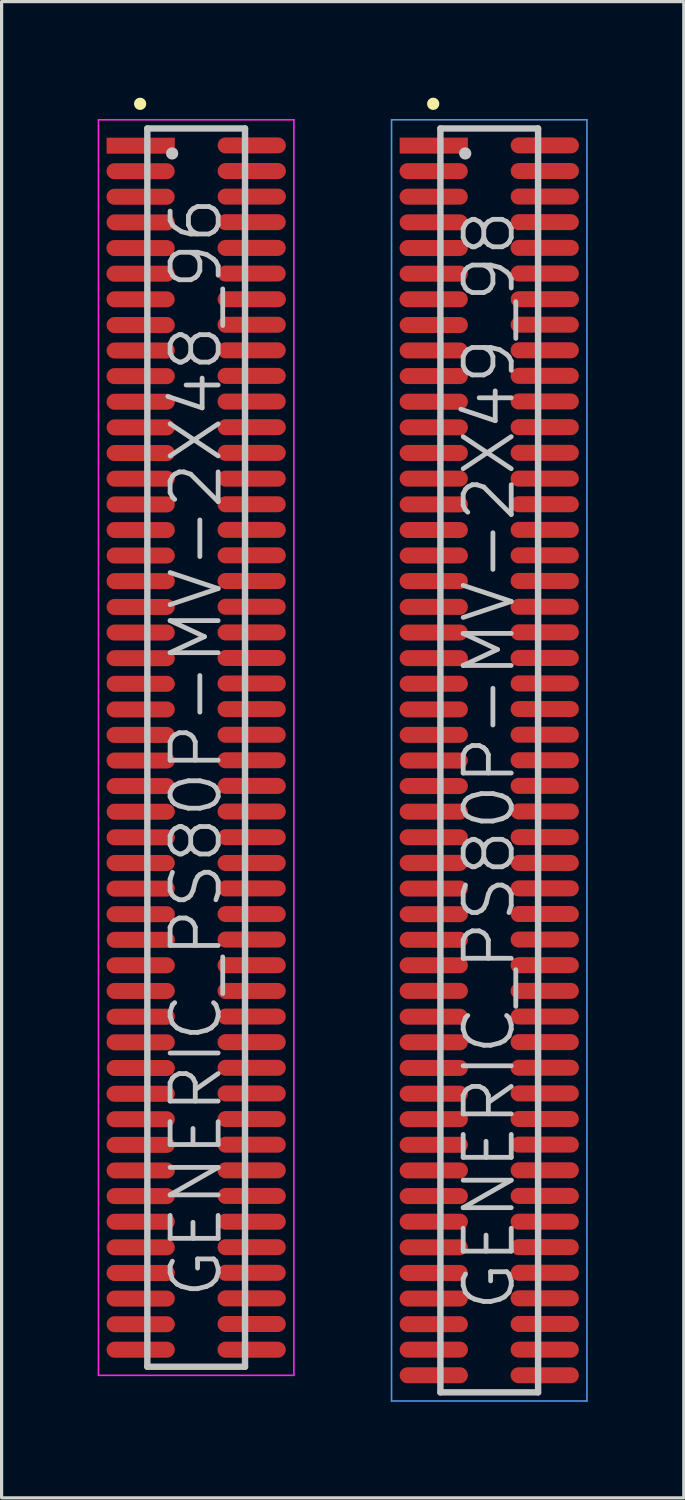
<source format=kicad_pcb>
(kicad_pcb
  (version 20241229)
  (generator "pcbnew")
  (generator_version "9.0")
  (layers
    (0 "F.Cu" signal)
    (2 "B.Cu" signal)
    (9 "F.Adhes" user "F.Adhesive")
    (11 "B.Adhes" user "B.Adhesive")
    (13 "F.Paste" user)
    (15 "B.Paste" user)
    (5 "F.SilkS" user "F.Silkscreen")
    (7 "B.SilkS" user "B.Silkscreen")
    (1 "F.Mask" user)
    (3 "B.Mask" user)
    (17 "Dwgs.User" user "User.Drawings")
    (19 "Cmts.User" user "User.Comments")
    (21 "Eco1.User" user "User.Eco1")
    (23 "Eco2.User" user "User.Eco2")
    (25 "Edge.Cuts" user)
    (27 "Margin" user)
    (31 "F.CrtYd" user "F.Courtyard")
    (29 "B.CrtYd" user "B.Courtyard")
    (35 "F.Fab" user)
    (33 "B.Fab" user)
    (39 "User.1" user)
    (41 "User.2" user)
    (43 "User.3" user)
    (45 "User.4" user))
  (footprint "GENERIC_PS80P-MV-2X49_98"
    (layer "F.Cu")
    (at 12.225 20.691)
    (property "Reference" "GENERIC_PS80P-MV-2X49_98" (at 0 0 90) (layer "Dwgs.User") (effects (font (size 1.5 1.5) (thickness 0.15))))
    (attr smd)
    (fp_line (start -1.75 -20.5) (end -1.75 -20.5) (stroke (width 0.381) (type solid)) (layer "F.SilkS"))
    (fp_line (start -1.525 -19.73) (end -1.525 19.73) (stroke (width 0.2) (type solid)) (layer "Dwgs.User"))
    (fp_line (start -1.525 -19.73) (end 1.525 -19.73) (stroke (width 0.2) (type solid)) (layer "Dwgs.User"))
    (fp_line (start -1.525 19.73) (end 1.525 19.73) (stroke (width 0.2) (type solid)) (layer "Dwgs.User"))
    (fp_line (start -0.75 -18.95) (end -0.75 -18.95) (stroke (width 0.381) (type solid)) (layer "Dwgs.User"))
    (fp_line (start 1.525 -19.73) (end 1.525 19.73) (stroke (width 0.2) (type solid)) (layer "Dwgs.User"))
    (fp_line (start -3.05 -20) (end -3.05 20) (stroke (width 0.05) (type solid)) (layer "Cmts.User"))
    (fp_line (start -3.05 -20) (end 3.05 -20) (stroke (width 0.05) (type solid)) (layer "Cmts.User"))
    (fp_line (start -3.05 20) (end 3.05 20) (stroke (width 0.05) (type solid)) (layer "Cmts.User"))
    (fp_line (start 3.05 -20) (end 3.05 20) (stroke (width 0.05) (type solid)) (layer "Cmts.User"))
    (pad "1" smd rect (at -1.732 -19.195 270) (size 0.5 2.13) (layers "F.Cu" "F.Mask" "F.Paste"))
    (pad "2" smd oval (at 1.735 -19.202 270) (size 0.5 2.13) (layers "F.Cu" "F.Mask" "F.Paste"))
    (pad "3" smd oval (at -1.735 -18.397 270) (size 0.5 2.13) (layers "F.Cu" "F.Mask" "F.Paste"))
    (pad "4" smd oval (at 1.735 -18.402 270) (size 0.5 2.13) (layers "F.Cu" "F.Mask" "F.Paste"))
    (pad "5" smd oval (at -1.735 -17.6 270) (size 0.5 2.13) (layers "F.Cu" "F.Mask" "F.Paste"))
    (pad "6" smd oval (at 1.735 -17.605 270) (size 0.5 2.13) (layers "F.Cu" "F.Mask" "F.Paste"))
    (pad "7" smd oval (at -1.732 -16.8 270) (size 0.5 2.13) (layers "F.Cu" "F.Mask" "F.Paste"))
    (pad "8" smd oval (at 1.732 -16.805 270) (size 0.5 2.13) (layers "F.Cu" "F.Mask" "F.Paste"))
    (pad "9" smd oval (at -1.735 -15.997 270) (size 0.5 2.13) (layers "F.Cu" "F.Mask" "F.Paste"))
    (pad "10" smd oval (at 1.732 -16.002 270) (size 0.5 2.13) (layers "F.Cu" "F.Mask" "F.Paste"))
    (pad "11" smd oval (at -1.735 -15.197 270) (size 0.5 2.13) (layers "F.Cu" "F.Mask" "F.Paste"))
    (pad "12" smd oval (at 1.732 -15.202 270) (size 0.5 2.13) (layers "F.Cu" "F.Mask" "F.Paste"))
    (pad "13" smd oval (at -1.735 -14.397 270) (size 0.5 2.13) (layers "F.Cu" "F.Mask" "F.Paste"))
    (pad "14" smd oval (at 1.735 -14.399 270) (size 0.5 2.13) (layers "F.Cu" "F.Mask" "F.Paste"))
    (pad "15" smd oval (at -1.732 -13.594 270) (size 0.5 2.13) (layers "F.Cu" "F.Mask" "F.Paste"))
    (pad "16" smd oval (at 1.732 -13.604 270) (size 0.5 2.13) (layers "F.Cu" "F.Mask" "F.Paste"))
    (pad "17" smd oval (at -1.732 -12.799 270) (size 0.5 2.13) (layers "F.Cu" "F.Mask" "F.Paste"))
    (pad "18" smd oval (at 1.732 -12.804 270) (size 0.5 2.13) (layers "F.Cu" "F.Mask" "F.Paste"))
    (pad "19" smd oval (at -1.732 -11.999 270) (size 0.5 2.13) (layers "F.Cu" "F.Mask" "F.Paste"))
    (pad "20" smd oval (at 1.732 -12.007 270) (size 0.5 2.13) (layers "F.Cu" "F.Mask" "F.Paste"))
    (pad "21" smd oval (at -1.732 -11.199 270) (size 0.5 2.13) (layers "F.Cu" "F.Mask" "F.Paste"))
    (pad "22" smd oval (at 1.732 -11.206 270) (size 0.5 2.13) (layers "F.Cu" "F.Mask" "F.Paste"))
    (pad "23" smd oval (at -1.732 -10.399 270) (size 0.5 2.13) (layers "F.Cu" "F.Mask" "F.Paste"))
    (pad "24" smd oval (at 1.732 -10.404 270) (size 0.5 2.13) (layers "F.Cu" "F.Mask" "F.Paste"))
    (pad "25" smd oval (at -1.732 -9.599 270) (size 0.5 2.13) (layers "F.Cu" "F.Mask" "F.Paste"))
    (pad "26" smd oval (at 1.732 -9.604 270) (size 0.5 2.13) (layers "F.Cu" "F.Mask" "F.Paste"))
    (pad "27" smd oval (at -1.732 -8.799 270) (size 0.5 2.13) (layers "F.Cu" "F.Mask" "F.Paste"))
    (pad "28" smd oval (at 1.732 -8.799 270) (size 0.5 2.13) (layers "F.Cu" "F.Mask" "F.Paste"))
    (pad "29" smd oval (at -1.732 -7.993 270) (size 0.5 2.13) (layers "F.Cu" "F.Mask" "F.Paste"))
    (pad "30" smd oval (at 1.732 -7.998 270) (size 0.5 2.13) (layers "F.Cu" "F.Mask" "F.Paste"))
    (pad "31" smd oval (at -1.732 -7.193 270) (size 0.5 2.13) (layers "F.Cu" "F.Mask" "F.Paste"))
    (pad "32" smd oval (at 1.732 -7.198 270) (size 0.5 2.13) (layers "F.Cu" "F.Mask" "F.Paste"))
    (pad "33" smd oval (at -1.732 -6.398 270) (size 0.5 2.13) (layers "F.Cu" "F.Mask" "F.Paste"))
    (pad "34" smd oval (at 1.732 -6.403 270) (size 0.5 2.13) (layers "F.Cu" "F.Mask" "F.Paste"))
    (pad "35" smd oval (at -1.732 -5.598 270) (size 0.5 2.13) (layers "F.Cu" "F.Mask" "F.Paste"))
    (pad "36" smd oval (at 1.732 -5.603 270) (size 0.5 2.13) (layers "F.Cu" "F.Mask" "F.Paste"))
    (pad "37" smd oval (at -1.732 -4.793 270) (size 0.5 2.13) (layers "F.Cu" "F.Mask" "F.Paste"))
    (pad "38" smd oval (at 1.732 -4.798 270) (size 0.5 2.13) (layers "F.Cu" "F.Mask" "F.Paste"))
    (pad "39" smd oval (at -1.732 -3.993 270) (size 0.5 2.13) (layers "F.Cu" "F.Mask" "F.Paste"))
    (pad "40" smd oval (at 1.732 -3.998 270) (size 0.5 2.13) (layers "F.Cu" "F.Mask" "F.Paste"))
    (pad "41" smd oval (at -1.732 -3.193 270) (size 0.5 2.13) (layers "F.Cu" "F.Mask" "F.Paste"))
    (pad "42" smd oval (at 1.732 -3.198 270) (size 0.5 2.13) (layers "F.Cu" "F.Mask" "F.Paste"))
    (pad "43" smd oval (at -1.732 -2.393 270) (size 0.5 2.13) (layers "F.Cu" "F.Mask" "F.Paste"))
    (pad "44" smd oval (at 1.732 -2.403 270) (size 0.5 2.13) (layers "F.Cu" "F.Mask" "F.Paste"))
    (pad "45" smd oval (at -1.732 -1.593 270) (size 0.5 2.13) (layers "F.Cu" "F.Mask" "F.Paste"))
    (pad "46" smd oval (at 1.732 -1.603 270) (size 0.5 2.13) (layers "F.Cu" "F.Mask" "F.Paste"))
    (pad "47" smd oval (at -1.732 -0.798 270) (size 0.5 2.13) (layers "F.Cu" "F.Mask" "F.Paste"))
    (pad "48" smd oval (at 1.732 -0.803 270) (size 0.5 2.13) (layers "F.Cu" "F.Mask" "F.Paste"))
    (pad "49" smd oval (at -1.732 0.003 270) (size 0.5 2.13) (layers "F.Cu" "F.Mask" "F.Paste"))
    (pad "50" smd oval (at 1.732 -0.005 270) (size 0.5 2.13) (layers "F.Cu" "F.Mask" "F.Paste"))
    (pad "51" smd oval (at -1.732 0.8 270) (size 0.5 2.13) (layers "F.Cu" "F.Mask" "F.Paste"))
    (pad "52" smd oval (at 1.732 0.795 270) (size 0.5 2.13) (layers "F.Cu" "F.Mask" "F.Paste"))
    (pad "53" smd oval (at -1.732 1.6 270) (size 0.5 2.13) (layers "F.Cu" "F.Mask" "F.Paste"))
    (pad "54" smd oval (at 1.732 1.595 270) (size 0.5 2.13) (layers "F.Cu" "F.Mask" "F.Paste"))
    (pad "55" smd oval (at -1.732 2.4 270) (size 0.5 2.13) (layers "F.Cu" "F.Mask" "F.Paste"))
    (pad "56" smd oval (at 1.732 2.395 270) (size 0.5 2.13) (layers "F.Cu" "F.Mask" "F.Paste"))
    (pad "57" smd oval (at -1.732 3.2 270) (size 0.5 2.13) (layers "F.Cu" "F.Mask" "F.Paste"))
    (pad "58" smd oval (at 1.732 3.2 270) (size 0.5 2.13) (layers "F.Cu" "F.Mask" "F.Paste"))
    (pad "59" smd oval (at -1.732 4 270) (size 0.5 2.13) (layers "F.Cu" "F.Mask" "F.Paste"))
    (pad "60" smd oval (at 1.732 3.995 270) (size 0.5 2.13) (layers "F.Cu" "F.Mask" "F.Paste"))
    (pad "61" smd oval (at -1.732 4.801 270) (size 0.5 2.13) (layers "F.Cu" "F.Mask" "F.Paste"))
    (pad "62" smd oval (at 1.732 4.796 270) (size 0.5 2.13) (layers "F.Cu" "F.Mask" "F.Paste"))
    (pad "63" smd oval (at -1.732 5.601 270) (size 0.5 2.13) (layers "F.Cu" "F.Mask" "F.Paste"))
    (pad "64" smd oval (at 1.732 5.593 270) (size 0.5 2.13) (layers "F.Cu" "F.Mask" "F.Paste"))
    (pad "65" smd oval (at -1.732 6.396 270) (size 0.5 2.13) (layers "F.Cu" "F.Mask" "F.Paste"))
    (pad "66" smd oval (at 1.732 6.393 270) (size 0.5 2.13) (layers "F.Cu" "F.Mask" "F.Paste"))
    (pad "67" smd oval (at -1.732 7.196 270) (size 0.5 2.13) (layers "F.Cu" "F.Mask" "F.Paste"))
    (pad "68" smd oval (at 1.732 7.196 270) (size 0.5 2.13) (layers "F.Cu" "F.Mask" "F.Paste"))
    (pad "69" smd oval (at -1.732 8.001 270) (size 0.5 2.13) (layers "F.Cu" "F.Mask" "F.Paste"))
    (pad "70" smd oval (at 1.732 7.996 270) (size 0.5 2.13) (layers "F.Cu" "F.Mask" "F.Paste"))
    (pad "71" smd oval (at -1.732 8.801 270) (size 0.5 2.13) (layers "F.Cu" "F.Mask" "F.Paste"))
    (pad "72" smd oval (at 1.732 8.796 270) (size 0.5 2.13) (layers "F.Cu" "F.Mask" "F.Paste"))
    (pad "73" smd oval (at -1.732 9.601 270) (size 0.5 2.13) (layers "F.Cu" "F.Mask" "F.Paste"))
    (pad "74" smd oval (at 1.732 9.596 270) (size 0.5 2.13) (layers "F.Cu" "F.Mask" "F.Paste"))
    (pad "75" smd oval (at -1.732 10.406 270) (size 0.5 2.13) (layers "F.Cu" "F.Mask" "F.Paste"))
    (pad "76" smd oval (at 1.732 10.396 270) (size 0.5 2.13) (layers "F.Cu" "F.Mask" "F.Paste"))
    (pad "77" smd oval (at -1.732 11.201 270) (size 0.5 2.13) (layers "F.Cu" "F.Mask" "F.Paste"))
    (pad "78" smd oval (at 1.732 11.196 270) (size 0.5 2.13) (layers "F.Cu" "F.Mask" "F.Paste"))
    (pad "79" smd oval (at -1.732 12.002 270) (size 0.5 2.13) (layers "F.Cu" "F.Mask" "F.Paste"))
    (pad "80" smd oval (at 1.732 11.996 270) (size 0.5 2.13) (layers "F.Cu" "F.Mask" "F.Paste"))
    (pad "81" smd oval (at -1.732 12.802 270) (size 0.5 2.13) (layers "F.Cu" "F.Mask" "F.Paste"))
    (pad "82" smd oval (at 1.732 12.797 270) (size 0.5 2.13) (layers "F.Cu" "F.Mask" "F.Paste"))
    (pad "83" smd oval (at -1.732 13.602 270) (size 0.5 2.13) (layers "F.Cu" "F.Mask" "F.Paste"))
    (pad "84" smd oval (at 1.732 13.597 270) (size 0.5 2.13) (layers "F.Cu" "F.Mask" "F.Paste"))
    (pad "85" smd oval (at -1.732 14.402 270) (size 0.5 2.13) (layers "F.Cu" "F.Mask" "F.Paste"))
    (pad "86" smd oval (at 1.732 14.402 270) (size 0.5 2.13) (layers "F.Cu" "F.Mask" "F.Paste"))
    (pad "87" smd oval (at -1.732 15.202 270) (size 0.5 2.13) (layers "F.Cu" "F.Mask" "F.Paste"))
    (pad "88" smd oval (at 1.732 15.197 270) (size 0.5 2.13) (layers "F.Cu" "F.Mask" "F.Paste"))
    (pad "89" smd oval (at -1.732 16.002 270) (size 0.5 2.13) (layers "F.Cu" "F.Mask" "F.Paste"))
    (pad "90" smd oval (at 1.732 15.997 270) (size 0.5 2.13) (layers "F.Cu" "F.Mask" "F.Paste"))
    (pad "91" smd oval (at -1.732 16.802 270) (size 0.5 2.13) (layers "F.Cu" "F.Mask" "F.Paste"))
    (pad "92" smd oval (at 1.732 16.794 270) (size 0.5 2.13) (layers "F.Cu" "F.Mask" "F.Paste"))
    (pad "93" smd oval (at -1.732 17.602 270) (size 0.5 2.13) (layers "F.Cu" "F.Mask" "F.Paste"))
    (pad "94" smd oval (at 1.732 17.595 270) (size 0.5 2.13) (layers "F.Cu" "F.Mask" "F.Paste"))
    (pad "95" smd oval (at -1.732 18.397 270) (size 0.5 2.13) (layers "F.Cu" "F.Mask" "F.Paste"))
    (pad "96" smd oval (at 1.732 18.397 270) (size 0.5 2.13) (layers "F.Cu" "F.Mask" "F.Paste"))
    (pad "97" smd oval (at -1.732 19.197 270) (size 0.5 2.13) (layers "F.Cu" "F.Mask" "F.Paste"))
    (pad "98" smd oval (at 1.732 19.197 270) (size 0.5 2.13) (layers "F.Cu" "F.Mask" "F.Paste")))
  (footprint "GENERIC_PS80P-MV-2X48_96"
    (layer "F.Cu")
    (at 3.075 20.291)
    (property "Reference" "GENERIC_PS80P-MV-2X48_96" (at 0 0 90) (layer "Dwgs.User") (effects (font (size 1.5 1.5) (thickness 0.15))))
    (attr smd)
    (fp_line (start -1.75 -20.1) (end -1.75 -20.1) (stroke (width 0.381) (type solid)) (layer "F.SilkS"))
    (fp_line (start -1.525 -19.33) (end -1.525 19.33) (stroke (width 0.2) (type solid)) (layer "Dwgs.User"))
    (fp_line (start -1.525 -19.33) (end 1.525 -19.33) (stroke (width 0.2) (type solid)) (layer "Dwgs.User"))
    (fp_line (start -1.525 19.33) (end 1.525 19.33) (stroke (width 0.2) (type solid)) (layer "Dwgs.User"))
    (fp_line (start -0.75 -18.55) (end -0.75 -18.55) (stroke (width 0.381) (type solid)) (layer "Dwgs.User"))
    (fp_line (start 1.525 -19.33) (end 1.525 19.33) (stroke (width 0.2) (type solid)) (layer "Dwgs.User"))
    (fp_line (start -3.05 -19.6) (end -3.05 19.6) (stroke (width 0.05) (type solid)) (layer "F.CrtYd"))
    (fp_line (start -3.05 -19.6) (end 3.05 -19.6) (stroke (width 0.05) (type solid)) (layer "F.CrtYd"))
    (fp_line (start -3.05 19.6) (end 3.05 19.6) (stroke (width 0.05) (type solid)) (layer "F.CrtYd"))
    (fp_line (start 3.05 -19.6) (end 3.05 19.6) (stroke (width 0.05) (type solid)) (layer "F.CrtYd"))
    (pad "1" smd rect (at -1.732 -18.793 270) (size 0.5 2.13) (layers "F.Cu" "F.Mask" "F.Paste"))
    (pad "2" smd oval (at 1.735 -18.801 270) (size 0.5 2.13) (layers "F.Cu" "F.Mask" "F.Paste"))
    (pad "3" smd oval (at -1.735 -17.996 270) (size 0.5 2.13) (layers "F.Cu" "F.Mask" "F.Paste"))
    (pad "4" smd oval (at 1.735 -18.001 270) (size 0.5 2.13) (layers "F.Cu" "F.Mask" "F.Paste"))
    (pad "5" smd oval (at -1.735 -17.198 270) (size 0.5 2.13) (layers "F.Cu" "F.Mask" "F.Paste"))
    (pad "6" smd oval (at 1.735 -17.203 270) (size 0.5 2.13) (layers "F.Cu" "F.Mask" "F.Paste"))
    (pad "7" smd oval (at -1.732 -16.398 270) (size 0.5 2.13) (layers "F.Cu" "F.Mask" "F.Paste"))
    (pad "8" smd oval (at 1.732 -16.403 270) (size 0.5 2.13) (layers "F.Cu" "F.Mask" "F.Paste"))
    (pad "9" smd oval (at -1.735 -15.596 270) (size 0.5 2.13) (layers "F.Cu" "F.Mask" "F.Paste"))
    (pad "10" smd oval (at 1.732 -15.601 270) (size 0.5 2.13) (layers "F.Cu" "F.Mask" "F.Paste"))
    (pad "11" smd oval (at -1.735 -14.796 270) (size 0.5 2.13) (layers "F.Cu" "F.Mask" "F.Paste"))
    (pad "12" smd oval (at 1.732 -14.801 270) (size 0.5 2.13) (layers "F.Cu" "F.Mask" "F.Paste"))
    (pad "13" smd oval (at -1.735 -13.995 270) (size 0.5 2.13) (layers "F.Cu" "F.Mask" "F.Paste"))
    (pad "14" smd oval (at 1.735 -13.998 270) (size 0.5 2.13) (layers "F.Cu" "F.Mask" "F.Paste"))
    (pad "15" smd oval (at -1.732 -13.193 270) (size 0.5 2.13) (layers "F.Cu" "F.Mask" "F.Paste"))
    (pad "16" smd oval (at 1.732 -13.203 270) (size 0.5 2.13) (layers "F.Cu" "F.Mask" "F.Paste"))
    (pad "17" smd oval (at -1.732 -12.398 270) (size 0.5 2.13) (layers "F.Cu" "F.Mask" "F.Paste"))
    (pad "18" smd oval (at 1.732 -12.403 270) (size 0.5 2.13) (layers "F.Cu" "F.Mask" "F.Paste"))
    (pad "19" smd oval (at -1.732 -11.598 270) (size 0.5 2.13) (layers "F.Cu" "F.Mask" "F.Paste"))
    (pad "20" smd oval (at 1.732 -11.605 270) (size 0.5 2.13) (layers "F.Cu" "F.Mask" "F.Paste"))
    (pad "21" smd oval (at -1.732 -10.798 270) (size 0.5 2.13) (layers "F.Cu" "F.Mask" "F.Paste"))
    (pad "22" smd oval (at 1.732 -10.805 270) (size 0.5 2.13) (layers "F.Cu" "F.Mask" "F.Paste"))
    (pad "23" smd oval (at -1.732 -9.997 270) (size 0.5 2.13) (layers "F.Cu" "F.Mask" "F.Paste"))
    (pad "24" smd oval (at 1.732 -10.003 270) (size 0.5 2.13) (layers "F.Cu" "F.Mask" "F.Paste"))
    (pad "25" smd oval (at -1.732 -9.197 270) (size 0.5 2.13) (layers "F.Cu" "F.Mask" "F.Paste"))
    (pad "26" smd oval (at 1.732 -9.202 270) (size 0.5 2.13) (layers "F.Cu" "F.Mask" "F.Paste"))
    (pad "27" smd oval (at -1.732 -8.397 270) (size 0.5 2.13) (layers "F.Cu" "F.Mask" "F.Paste"))
    (pad "28" smd oval (at 1.732 -8.397 270) (size 0.5 2.13) (layers "F.Cu" "F.Mask" "F.Paste"))
    (pad "29" smd oval (at -1.732 -7.592 270) (size 0.5 2.13) (layers "F.Cu" "F.Mask" "F.Paste"))
    (pad "30" smd oval (at 1.732 -7.597 270) (size 0.5 2.13) (layers "F.Cu" "F.Mask" "F.Paste"))
    (pad "31" smd oval (at -1.732 -6.792 270) (size 0.5 2.13) (layers "F.Cu" "F.Mask" "F.Paste"))
    (pad "32" smd oval (at 1.732 -6.797 270) (size 0.5 2.13) (layers "F.Cu" "F.Mask" "F.Paste"))
    (pad "33" smd oval (at -1.732 -5.997 270) (size 0.5 2.13) (layers "F.Cu" "F.Mask" "F.Paste"))
    (pad "34" smd oval (at 1.732 -6.002 270) (size 0.5 2.13) (layers "F.Cu" "F.Mask" "F.Paste"))
    (pad "35" smd oval (at -1.732 -5.197 270) (size 0.5 2.13) (layers "F.Cu" "F.Mask" "F.Paste"))
    (pad "36" smd oval (at 1.732 -5.202 270) (size 0.5 2.13) (layers "F.Cu" "F.Mask" "F.Paste"))
    (pad "37" smd oval (at -1.732 -4.392 270) (size 0.5 2.13) (layers "F.Cu" "F.Mask" "F.Paste"))
    (pad "38" smd oval (at 1.732 -4.397 270) (size 0.5 2.13) (layers "F.Cu" "F.Mask" "F.Paste"))
    (pad "39" smd oval (at -1.732 -3.592 270) (size 0.5 2.13) (layers "F.Cu" "F.Mask" "F.Paste"))
    (pad "40" smd oval (at 1.732 -3.597 270) (size 0.5 2.13) (layers "F.Cu" "F.Mask" "F.Paste"))
    (pad "41" smd oval (at -1.732 -2.791 270) (size 0.5 2.13) (layers "F.Cu" "F.Mask" "F.Paste"))
    (pad "42" smd oval (at 1.732 -2.797 270) (size 0.5 2.13) (layers "F.Cu" "F.Mask" "F.Paste"))
    (pad "43" smd oval (at -1.732 -1.991 270) (size 0.5 2.13) (layers "F.Cu" "F.Mask" "F.Paste"))
    (pad "44" smd oval (at 1.732 -2.002 270) (size 0.5 2.13) (layers "F.Cu" "F.Mask" "F.Paste"))
    (pad "45" smd oval (at -1.732 -1.191 270) (size 0.5 2.13) (layers "F.Cu" "F.Mask" "F.Paste"))
    (pad "46" smd oval (at 1.732 -1.201 270) (size 0.5 2.13) (layers "F.Cu" "F.Mask" "F.Paste"))
    (pad "47" smd oval (at -1.732 -0.396 270) (size 0.5 2.13) (layers "F.Cu" "F.Mask" "F.Paste"))
    (pad "48" smd oval (at 1.732 -0.401 270) (size 0.5 2.13) (layers "F.Cu" "F.Mask" "F.Paste"))
    (pad "49" smd oval (at -1.732 0.404 270) (size 0.5 2.13) (layers "F.Cu" "F.Mask" "F.Paste"))
    (pad "50" smd oval (at 1.732 0.396 270) (size 0.5 2.13) (layers "F.Cu" "F.Mask" "F.Paste"))
    (pad "51" smd oval (at -1.732 1.201 270) (size 0.5 2.13) (layers "F.Cu" "F.Mask" "F.Paste"))
    (pad "52" smd oval (at 1.732 1.196 270) (size 0.5 2.13) (layers "F.Cu" "F.Mask" "F.Paste"))
    (pad "53" smd oval (at -1.732 2.002 270) (size 0.5 2.13) (layers "F.Cu" "F.Mask" "F.Paste"))
    (pad "54" smd oval (at 1.732 1.996 270) (size 0.5 2.13) (layers "F.Cu" "F.Mask" "F.Paste"))
    (pad "55" smd oval (at -1.732 2.802 270) (size 0.5 2.13) (layers "F.Cu" "F.Mask" "F.Paste"))
    (pad "56" smd oval (at 1.732 2.797 270) (size 0.5 2.13) (layers "F.Cu" "F.Mask" "F.Paste"))
    (pad "57" smd oval (at -1.732 3.602 270) (size 0.5 2.13) (layers "F.Cu" "F.Mask" "F.Paste"))
    (pad "58" smd oval (at 1.732 3.602 270) (size 0.5 2.13) (layers "F.Cu" "F.Mask" "F.Paste"))
    (pad "59" smd oval (at -1.732 4.402 270) (size 0.5 2.13) (layers "F.Cu" "F.Mask" "F.Paste"))
    (pad "60" smd oval (at 1.732 4.397 270) (size 0.5 2.13) (layers "F.Cu" "F.Mask" "F.Paste"))
    (pad "61" smd oval (at -1.732 5.202 270) (size 0.5 2.13) (layers "F.Cu" "F.Mask" "F.Paste"))
    (pad "62" smd oval (at 1.732 5.197 270) (size 0.5 2.13) (layers "F.Cu" "F.Mask" "F.Paste"))
    (pad "63" smd oval (at -1.732 6.002 270) (size 0.5 2.13) (layers "F.Cu" "F.Mask" "F.Paste"))
    (pad "64" smd oval (at 1.732 5.994 270) (size 0.5 2.13) (layers "F.Cu" "F.Mask" "F.Paste"))
    (pad "65" smd oval (at -1.732 6.797 270) (size 0.5 2.13) (layers "F.Cu" "F.Mask" "F.Paste"))
    (pad "66" smd oval (at 1.732 6.795 270) (size 0.5 2.13) (layers "F.Cu" "F.Mask" "F.Paste"))
    (pad "67" smd oval (at -1.732 7.597 270) (size 0.5 2.13) (layers "F.Cu" "F.Mask" "F.Paste"))
    (pad "68" smd oval (at 1.732 7.597 270) (size 0.5 2.13) (layers "F.Cu" "F.Mask" "F.Paste"))
    (pad "69" smd oval (at -1.732 8.402 270) (size 0.5 2.13) (layers "F.Cu" "F.Mask" "F.Paste"))
    (pad "70" smd oval (at 1.732 8.397 270) (size 0.5 2.13) (layers "F.Cu" "F.Mask" "F.Paste"))
    (pad "71" smd oval (at -1.732 9.202 270) (size 0.5 2.13) (layers "F.Cu" "F.Mask" "F.Paste"))
    (pad "72" smd oval (at 1.732 9.197 270) (size 0.5 2.13) (layers "F.Cu" "F.Mask" "F.Paste"))
    (pad "73" smd oval (at -1.732 10.003 270) (size 0.5 2.13) (layers "F.Cu" "F.Mask" "F.Paste"))
    (pad "74" smd oval (at 1.732 9.997 270) (size 0.5 2.13) (layers "F.Cu" "F.Mask" "F.Paste"))
    (pad "75" smd oval (at -1.732 10.808 270) (size 0.5 2.13) (layers "F.Cu" "F.Mask" "F.Paste"))
    (pad "76" smd oval (at 1.732 10.798 270) (size 0.5 2.13) (layers "F.Cu" "F.Mask" "F.Paste"))
    (pad "77" smd oval (at -1.732 11.603 270) (size 0.5 2.13) (layers "F.Cu" "F.Mask" "F.Paste"))
    (pad "78" smd oval (at 1.732 11.598 270) (size 0.5 2.13) (layers "F.Cu" "F.Mask" "F.Paste"))
    (pad "79" smd oval (at -1.732 12.403 270) (size 0.5 2.13) (layers "F.Cu" "F.Mask" "F.Paste"))
    (pad "80" smd oval (at 1.732 12.398 270) (size 0.5 2.13) (layers "F.Cu" "F.Mask" "F.Paste"))
    (pad "81" smd oval (at -1.732 13.203 270) (size 0.5 2.13) (layers "F.Cu" "F.Mask" "F.Paste"))
    (pad "82" smd oval (at 1.732 13.198 270) (size 0.5 2.13) (layers "F.Cu" "F.Mask" "F.Paste"))
    (pad "83" smd oval (at -1.732 14.003 270) (size 0.5 2.13) (layers "F.Cu" "F.Mask" "F.Paste"))
    (pad "84" smd oval (at 1.732 13.998 270) (size 0.5 2.13) (layers "F.Cu" "F.Mask" "F.Paste"))
    (pad "85" smd oval (at -1.732 14.803 270) (size 0.5 2.13) (layers "F.Cu" "F.Mask" "F.Paste"))
    (pad "86" smd oval (at 1.732 14.803 270) (size 0.5 2.13) (layers "F.Cu" "F.Mask" "F.Paste"))
    (pad "87" smd oval (at -1.732 15.603 270) (size 0.5 2.13) (layers "F.Cu" "F.Mask" "F.Paste"))
    (pad "88" smd oval (at 1.732 15.598 270) (size 0.5 2.13) (layers "F.Cu" "F.Mask" "F.Paste"))
    (pad "89" smd oval (at -1.732 16.403 270) (size 0.5 2.13) (layers "F.Cu" "F.Mask" "F.Paste"))
    (pad "90" smd oval (at 1.732 16.398 270) (size 0.5 2.13) (layers "F.Cu" "F.Mask" "F.Paste"))
    (pad "91" smd oval (at -1.732 17.203 270) (size 0.5 2.13) (layers "F.Cu" "F.Mask" "F.Paste"))
    (pad "92" smd oval (at 1.732 17.196 270) (size 0.5 2.13) (layers "F.Cu" "F.Mask" "F.Paste"))
    (pad "93" smd oval (at -1.732 18.004 270) (size 0.5 2.13) (layers "F.Cu" "F.Mask" "F.Paste"))
    (pad "94" smd oval (at 1.732 17.996 270) (size 0.5 2.13) (layers "F.Cu" "F.Mask" "F.Paste"))
    (pad "95" smd oval (at -1.732 18.799 270) (size 0.5 2.13) (layers "F.Cu" "F.Mask" "F.Paste"))
    (pad "96" smd oval (at 1.732 18.799 270) (size 0.5 2.13) (layers "F.Cu" "F.Mask" "F.Paste")))
  (gr_rect
    (start -3 -3)
    (end 18.3 43.715)
    (stroke (width 0.1) (type default))
    (fill no)
    (layer "Edge.Cuts")))
</source>
